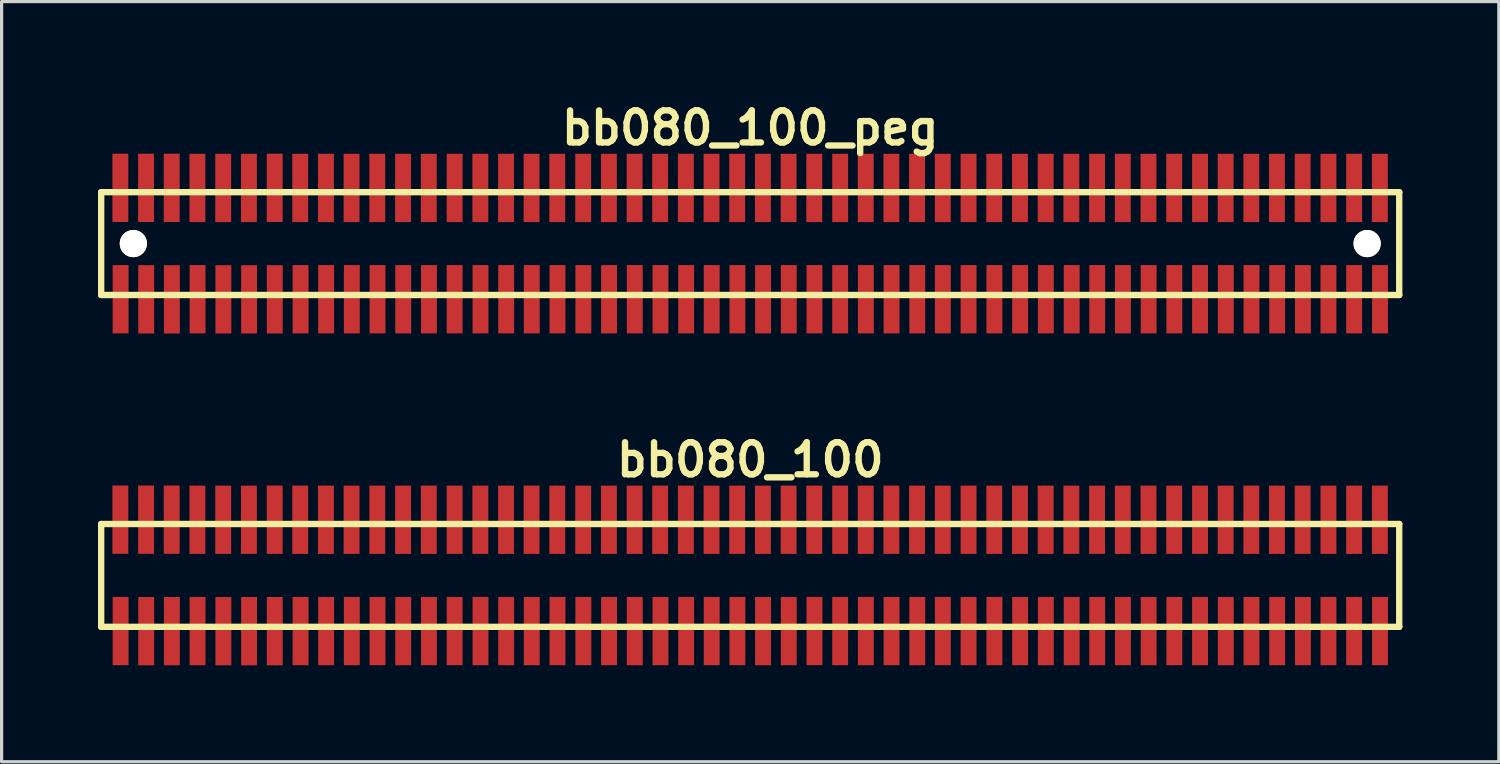
<source format=kicad_pcb>
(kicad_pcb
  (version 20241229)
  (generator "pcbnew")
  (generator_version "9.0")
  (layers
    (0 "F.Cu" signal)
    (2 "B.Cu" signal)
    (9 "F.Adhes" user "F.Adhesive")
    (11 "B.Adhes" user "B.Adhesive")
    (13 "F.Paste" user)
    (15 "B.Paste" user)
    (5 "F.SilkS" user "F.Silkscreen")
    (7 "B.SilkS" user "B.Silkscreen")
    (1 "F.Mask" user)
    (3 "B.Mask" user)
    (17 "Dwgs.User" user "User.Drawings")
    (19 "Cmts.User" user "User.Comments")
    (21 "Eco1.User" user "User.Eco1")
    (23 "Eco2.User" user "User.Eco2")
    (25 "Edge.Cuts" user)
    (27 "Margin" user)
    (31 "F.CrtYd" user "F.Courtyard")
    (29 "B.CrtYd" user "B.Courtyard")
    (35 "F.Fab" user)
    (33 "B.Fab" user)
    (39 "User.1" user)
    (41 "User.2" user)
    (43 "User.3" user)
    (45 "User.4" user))
  (footprint "bb080_100"
    (layer "F.Cu")
    (at 20.3 14.859)
    (property "Reference" "bb080_100" (at 0 -3.599 0) (layer "F.SilkS") (effects (font (size 0.998 0.998) (thickness 0.198))))
    (attr through_hole)
    (fp_line (start -20.201 -1.6) (end -20.201 1.6) (stroke (width 0.198) (type solid)) (layer "F.SilkS"))
    (fp_line (start -20.201 -1.6) (end 20.201 -1.6) (stroke (width 0.198) (type solid)) (layer "F.SilkS"))
    (fp_line (start 20.198 1.6) (end 20.198 -1.6) (stroke (width 0.198) (type solid)) (layer "F.SilkS"))
    (fp_line (start 20.201 1.6) (end -20.201 1.6) (stroke (width 0.198) (type solid)) (layer "F.SilkS"))
    (pad "1" smd rect (at -19.596 1.732) (size 0.495 2.126) (layers "F.Cu" "F.Mask" "F.Paste"))
    (pad "2" smd rect (at -19.604 -1.735) (size 0.495 2.126) (layers "F.Cu" "F.Mask" "F.Paste"))
    (pad "3" smd rect (at -18.799 1.735) (size 0.495 2.126) (layers "F.Cu" "F.Mask" "F.Paste"))
    (pad "4" smd rect (at -18.804 -1.735) (size 0.495 2.126) (layers "F.Cu" "F.Mask" "F.Paste"))
    (pad "5" smd rect (at -18.001 1.735) (size 0.495 2.126) (layers "F.Cu" "F.Mask" "F.Paste"))
    (pad "6" smd rect (at -18.006 -1.735) (size 0.495 2.126) (layers "F.Cu" "F.Mask" "F.Paste"))
    (pad "7" smd rect (at -17.201 1.732) (size 0.495 2.126) (layers "F.Cu" "F.Mask" "F.Paste"))
    (pad "8" smd rect (at -17.206 -1.732) (size 0.495 2.126) (layers "F.Cu" "F.Mask" "F.Paste"))
    (pad "9" smd rect (at -16.398 1.735) (size 0.495 2.126) (layers "F.Cu" "F.Mask" "F.Paste"))
    (pad "10" smd rect (at -16.403 -1.732) (size 0.495 2.126) (layers "F.Cu" "F.Mask" "F.Paste"))
    (pad "11" smd rect (at -15.598 1.735) (size 0.495 2.126) (layers "F.Cu" "F.Mask" "F.Paste"))
    (pad "12" smd rect (at -15.603 -1.732) (size 0.495 2.126) (layers "F.Cu" "F.Mask" "F.Paste"))
    (pad "13" smd rect (at -14.798 1.735) (size 0.495 2.126) (layers "F.Cu" "F.Mask" "F.Paste"))
    (pad "14" smd rect (at -14.801 -1.735) (size 0.495 2.126) (layers "F.Cu" "F.Mask" "F.Paste"))
    (pad "15" smd rect (at -13.995 1.732) (size 0.495 2.126) (layers "F.Cu" "F.Mask" "F.Paste"))
    (pad "16" smd rect (at -14.006 -1.732) (size 0.495 2.126) (layers "F.Cu" "F.Mask" "F.Paste"))
    (pad "17" smd rect (at -13.2 1.732) (size 0.495 2.126) (layers "F.Cu" "F.Mask" "F.Paste"))
    (pad "18" smd rect (at -13.205 -1.732) (size 0.495 2.126) (layers "F.Cu" "F.Mask" "F.Paste"))
    (pad "19" smd rect (at -12.4 1.732) (size 0.495 2.126) (layers "F.Cu" "F.Mask" "F.Paste"))
    (pad "20" smd rect (at -12.408 -1.732) (size 0.495 2.126) (layers "F.Cu" "F.Mask" "F.Paste"))
    (pad "21" smd rect (at -11.6 1.732) (size 0.495 2.126) (layers "F.Cu" "F.Mask" "F.Paste"))
    (pad "22" smd rect (at -11.608 -1.732) (size 0.495 2.126) (layers "F.Cu" "F.Mask" "F.Paste"))
    (pad "23" smd rect (at -10.8 1.732) (size 0.495 2.126) (layers "F.Cu" "F.Mask" "F.Paste"))
    (pad "24" smd rect (at -10.805 -1.732) (size 0.495 2.126) (layers "F.Cu" "F.Mask" "F.Paste"))
    (pad "25" smd rect (at -10 1.732) (size 0.495 2.126) (layers "F.Cu" "F.Mask" "F.Paste"))
    (pad "26" smd rect (at -10.005 -1.732) (size 0.495 2.126) (layers "F.Cu" "F.Mask" "F.Paste"))
    (pad "27" smd rect (at -9.2 1.732) (size 0.495 2.126) (layers "F.Cu" "F.Mask" "F.Paste"))
    (pad "28" smd rect (at -9.2 -1.732) (size 0.495 2.126) (layers "F.Cu" "F.Mask" "F.Paste"))
    (pad "29" smd rect (at -8.395 1.732) (size 0.495 2.126) (layers "F.Cu" "F.Mask" "F.Paste"))
    (pad "30" smd rect (at -8.4 -1.732) (size 0.495 2.126) (layers "F.Cu" "F.Mask" "F.Paste"))
    (pad "31" smd rect (at -7.595 1.732) (size 0.495 2.126) (layers "F.Cu" "F.Mask" "F.Paste"))
    (pad "32" smd rect (at -7.6 -1.732) (size 0.495 2.126) (layers "F.Cu" "F.Mask" "F.Paste"))
    (pad "33" smd rect (at -6.8 1.732) (size 0.495 2.126) (layers "F.Cu" "F.Mask" "F.Paste"))
    (pad "34" smd rect (at -6.805 -1.732) (size 0.495 2.126) (layers "F.Cu" "F.Mask" "F.Paste"))
    (pad "35" smd rect (at -5.999 1.732) (size 0.495 2.126) (layers "F.Cu" "F.Mask" "F.Paste"))
    (pad "36" smd rect (at -6.005 -1.732) (size 0.495 2.126) (layers "F.Cu" "F.Mask" "F.Paste"))
    (pad "37" smd rect (at -5.194 1.732) (size 0.495 2.126) (layers "F.Cu" "F.Mask" "F.Paste"))
    (pad "38" smd rect (at -5.199 -1.732) (size 0.495 2.126) (layers "F.Cu" "F.Mask" "F.Paste"))
    (pad "39" smd rect (at -4.394 1.732) (size 0.495 2.126) (layers "F.Cu" "F.Mask" "F.Paste"))
    (pad "40" smd rect (at -4.399 -1.732) (size 0.495 2.126) (layers "F.Cu" "F.Mask" "F.Paste"))
    (pad "41" smd rect (at -3.594 1.732) (size 0.495 2.126) (layers "F.Cu" "F.Mask" "F.Paste"))
    (pad "42" smd rect (at -3.599 -1.732) (size 0.495 2.126) (layers "F.Cu" "F.Mask" "F.Paste"))
    (pad "43" smd rect (at -2.794 1.732) (size 0.495 2.126) (layers "F.Cu" "F.Mask" "F.Paste"))
    (pad "44" smd rect (at -2.804 -1.732) (size 0.495 2.126) (layers "F.Cu" "F.Mask" "F.Paste"))
    (pad "45" smd rect (at -1.994 1.732) (size 0.495 2.126) (layers "F.Cu" "F.Mask" "F.Paste"))
    (pad "46" smd rect (at -2.004 -1.732) (size 0.495 2.126) (layers "F.Cu" "F.Mask" "F.Paste"))
    (pad "47" smd rect (at -1.199 1.732) (size 0.495 2.126) (layers "F.Cu" "F.Mask" "F.Paste"))
    (pad "48" smd rect (at -1.204 -1.732) (size 0.495 2.126) (layers "F.Cu" "F.Mask" "F.Paste"))
    (pad "49" smd rect (at -0.399 1.732) (size 0.495 2.126) (layers "F.Cu" "F.Mask" "F.Paste"))
    (pad "50" smd rect (at -0.406 -1.732) (size 0.495 2.126) (layers "F.Cu" "F.Mask" "F.Paste"))
    (pad "51" smd rect (at 0.399 1.732) (size 0.495 2.126) (layers "F.Cu" "F.Mask" "F.Paste"))
    (pad "52" smd rect (at 0.394 -1.732) (size 0.495 2.126) (layers "F.Cu" "F.Mask" "F.Paste"))
    (pad "53" smd rect (at 1.199 1.732) (size 0.495 2.126) (layers "F.Cu" "F.Mask" "F.Paste"))
    (pad "54" smd rect (at 1.194 -1.732) (size 0.495 2.126) (layers "F.Cu" "F.Mask" "F.Paste"))
    (pad "55" smd rect (at 1.999 1.732) (size 0.495 2.126) (layers "F.Cu" "F.Mask" "F.Paste"))
    (pad "56" smd rect (at 1.994 -1.732) (size 0.495 2.126) (layers "F.Cu" "F.Mask" "F.Paste"))
    (pad "57" smd rect (at 2.799 1.732) (size 0.495 2.126) (layers "F.Cu" "F.Mask" "F.Paste"))
    (pad "58" smd rect (at 2.799 -1.732) (size 0.495 2.126) (layers "F.Cu" "F.Mask" "F.Paste"))
    (pad "59" smd rect (at 3.599 1.732) (size 0.495 2.126) (layers "F.Cu" "F.Mask" "F.Paste"))
    (pad "60" smd rect (at 3.594 -1.732) (size 0.495 2.126) (layers "F.Cu" "F.Mask" "F.Paste"))
    (pad "61" smd rect (at 4.399 1.732) (size 0.495 2.126) (layers "F.Cu" "F.Mask" "F.Paste"))
    (pad "62" smd rect (at 4.394 -1.732) (size 0.495 2.126) (layers "F.Cu" "F.Mask" "F.Paste"))
    (pad "63" smd rect (at 5.199 1.732) (size 0.495 2.126) (layers "F.Cu" "F.Mask" "F.Paste"))
    (pad "64" smd rect (at 5.192 -1.732) (size 0.495 2.126) (layers "F.Cu" "F.Mask" "F.Paste"))
    (pad "65" smd rect (at 5.994 1.732) (size 0.495 2.126) (layers "F.Cu" "F.Mask" "F.Paste"))
    (pad "66" smd rect (at 5.992 -1.732) (size 0.495 2.126) (layers "F.Cu" "F.Mask" "F.Paste"))
    (pad "67" smd rect (at 6.795 1.732) (size 0.495 2.126) (layers "F.Cu" "F.Mask" "F.Paste"))
    (pad "68" smd rect (at 6.795 -1.732) (size 0.495 2.126) (layers "F.Cu" "F.Mask" "F.Paste"))
    (pad "69" smd rect (at 7.6 1.732) (size 0.495 2.126) (layers "F.Cu" "F.Mask" "F.Paste"))
    (pad "70" smd rect (at 7.595 -1.732) (size 0.495 2.126) (layers "F.Cu" "F.Mask" "F.Paste"))
    (pad "71" smd rect (at 8.4 1.732) (size 0.495 2.126) (layers "F.Cu" "F.Mask" "F.Paste"))
    (pad "72" smd rect (at 8.395 -1.732) (size 0.495 2.126) (layers "F.Cu" "F.Mask" "F.Paste"))
    (pad "73" smd rect (at 9.2 1.732) (size 0.495 2.126) (layers "F.Cu" "F.Mask" "F.Paste"))
    (pad "74" smd rect (at 9.195 -1.732) (size 0.495 2.126) (layers "F.Cu" "F.Mask" "F.Paste"))
    (pad "75" smd rect (at 10.005 1.732) (size 0.495 2.126) (layers "F.Cu" "F.Mask" "F.Paste"))
    (pad "76" smd rect (at 9.995 -1.732) (size 0.495 2.126) (layers "F.Cu" "F.Mask" "F.Paste"))
    (pad "77" smd rect (at 10.8 1.732) (size 0.495 2.126) (layers "F.Cu" "F.Mask" "F.Paste"))
    (pad "78" smd rect (at 10.795 -1.732) (size 0.495 2.126) (layers "F.Cu" "F.Mask" "F.Paste"))
    (pad "79" smd rect (at 11.6 1.732) (size 0.495 2.126) (layers "F.Cu" "F.Mask" "F.Paste"))
    (pad "80" smd rect (at 11.595 -1.732) (size 0.495 2.126) (layers "F.Cu" "F.Mask" "F.Paste"))
    (pad "81" smd rect (at 12.4 1.732) (size 0.495 2.126) (layers "F.Cu" "F.Mask" "F.Paste"))
    (pad "82" smd rect (at 12.395 -1.732) (size 0.495 2.126) (layers "F.Cu" "F.Mask" "F.Paste"))
    (pad "83" smd rect (at 13.2 1.732) (size 0.495 2.126) (layers "F.Cu" "F.Mask" "F.Paste"))
    (pad "84" smd rect (at 13.195 -1.732) (size 0.495 2.126) (layers "F.Cu" "F.Mask" "F.Paste"))
    (pad "85" smd rect (at 14 1.732) (size 0.495 2.126) (layers "F.Cu" "F.Mask" "F.Paste"))
    (pad "86" smd rect (at 14 -1.732) (size 0.495 2.126) (layers "F.Cu" "F.Mask" "F.Paste"))
    (pad "87" smd rect (at 14.801 1.732) (size 0.495 2.126) (layers "F.Cu" "F.Mask" "F.Paste"))
    (pad "88" smd rect (at 14.796 -1.732) (size 0.495 2.126) (layers "F.Cu" "F.Mask" "F.Paste"))
    (pad "89" smd rect (at 15.601 1.732) (size 0.495 2.126) (layers "F.Cu" "F.Mask" "F.Paste"))
    (pad "90" smd rect (at 15.596 -1.732) (size 0.495 2.126) (layers "F.Cu" "F.Mask" "F.Paste"))
    (pad "91" smd rect (at 16.401 1.732) (size 0.495 2.126) (layers "F.Cu" "F.Mask" "F.Paste"))
    (pad "92" smd rect (at 16.393 -1.732) (size 0.495 2.126) (layers "F.Cu" "F.Mask" "F.Paste"))
    (pad "93" smd rect (at 17.201 1.732) (size 0.495 2.126) (layers "F.Cu" "F.Mask" "F.Paste"))
    (pad "94" smd rect (at 17.193 -1.732) (size 0.495 2.126) (layers "F.Cu" "F.Mask" "F.Paste"))
    (pad "95" smd rect (at 17.996 1.732) (size 0.495 2.126) (layers "F.Cu" "F.Mask" "F.Paste"))
    (pad "96" smd rect (at 17.996 -1.732) (size 0.495 2.126) (layers "F.Cu" "F.Mask" "F.Paste"))
    (pad "97" smd rect (at 18.796 1.732) (size 0.495 2.126) (layers "F.Cu" "F.Mask" "F.Paste"))
    (pad "98" smd rect (at 18.796 -1.732) (size 0.495 2.126) (layers "F.Cu" "F.Mask" "F.Paste"))
    (pad "99" smd rect (at 19.601 1.732) (size 0.495 2.126) (layers "F.Cu" "F.Mask" "F.Paste"))
    (pad "100" smd rect (at 19.596 -1.732) (size 0.495 2.126) (layers "F.Cu" "F.Mask" "F.Paste")))
  (footprint "bb080_100_peg"
    (layer "F.Cu")
    (at 20.3 4.531)
    (property "Reference" "bb080_100_peg" (at 0 -3.599 0) (layer "F.SilkS") (effects (font (size 0.998 0.998) (thickness 0.198))))
    (attr through_hole)
    (fp_line (start -20.201 -1.6) (end -20.201 1.6) (stroke (width 0.198) (type solid)) (layer "F.SilkS"))
    (fp_line (start -20.201 -1.6) (end 20.201 -1.6) (stroke (width 0.198) (type solid)) (layer "F.SilkS"))
    (fp_line (start 20.198 1.6) (end 20.198 -1.6) (stroke (width 0.198) (type solid)) (layer "F.SilkS"))
    (fp_line (start 20.201 1.6) (end -20.201 1.6) (stroke (width 0.198) (type solid)) (layer "F.SilkS"))
    (pad "" np_thru_hole circle (at -19.2 0) (size 0.848 0.848) (drill 0.848) (layers "*.Cu" "*.Mask" "F.SilkS"))
    (pad "" np_thru_hole circle (at 19.2 0) (size 0.848 0.848) (drill 0.848) (layers "*.Cu" "*.Mask" "F.SilkS"))
    (pad "1" smd rect (at -19.596 1.732) (size 0.495 2.126) (layers "F.Cu" "F.Mask" "F.Paste"))
    (pad "2" smd rect (at -19.604 -1.735) (size 0.495 2.126) (layers "F.Cu" "F.Mask" "F.Paste"))
    (pad "3" smd rect (at -18.799 1.735) (size 0.495 2.126) (layers "F.Cu" "F.Mask" "F.Paste"))
    (pad "4" smd rect (at -18.804 -1.735) (size 0.495 2.126) (layers "F.Cu" "F.Mask" "F.Paste"))
    (pad "5" smd rect (at -18.001 1.735) (size 0.495 2.126) (layers "F.Cu" "F.Mask" "F.Paste"))
    (pad "6" smd rect (at -18.006 -1.735) (size 0.495 2.126) (layers "F.Cu" "F.Mask" "F.Paste"))
    (pad "7" smd rect (at -17.201 1.732) (size 0.495 2.126) (layers "F.Cu" "F.Mask" "F.Paste"))
    (pad "8" smd rect (at -17.206 -1.732) (size 0.495 2.126) (layers "F.Cu" "F.Mask" "F.Paste"))
    (pad "9" smd rect (at -16.398 1.735) (size 0.495 2.126) (layers "F.Cu" "F.Mask" "F.Paste"))
    (pad "10" smd rect (at -16.403 -1.732) (size 0.495 2.126) (layers "F.Cu" "F.Mask" "F.Paste"))
    (pad "11" smd rect (at -15.598 1.735) (size 0.495 2.126) (layers "F.Cu" "F.Mask" "F.Paste"))
    (pad "12" smd rect (at -15.603 -1.732) (size 0.495 2.126) (layers "F.Cu" "F.Mask" "F.Paste"))
    (pad "13" smd rect (at -14.798 1.735) (size 0.495 2.126) (layers "F.Cu" "F.Mask" "F.Paste"))
    (pad "14" smd rect (at -14.801 -1.735) (size 0.495 2.126) (layers "F.Cu" "F.Mask" "F.Paste"))
    (pad "15" smd rect (at -13.995 1.732) (size 0.495 2.126) (layers "F.Cu" "F.Mask" "F.Paste"))
    (pad "16" smd rect (at -14.006 -1.732) (size 0.495 2.126) (layers "F.Cu" "F.Mask" "F.Paste"))
    (pad "17" smd rect (at -13.2 1.732) (size 0.495 2.126) (layers "F.Cu" "F.Mask" "F.Paste"))
    (pad "18" smd rect (at -13.205 -1.732) (size 0.495 2.126) (layers "F.Cu" "F.Mask" "F.Paste"))
    (pad "19" smd rect (at -12.4 1.732) (size 0.495 2.126) (layers "F.Cu" "F.Mask" "F.Paste"))
    (pad "20" smd rect (at -12.408 -1.732) (size 0.495 2.126) (layers "F.Cu" "F.Mask" "F.Paste"))
    (pad "21" smd rect (at -11.6 1.732) (size 0.495 2.126) (layers "F.Cu" "F.Mask" "F.Paste"))
    (pad "22" smd rect (at -11.608 -1.732) (size 0.495 2.126) (layers "F.Cu" "F.Mask" "F.Paste"))
    (pad "23" smd rect (at -10.8 1.732) (size 0.495 2.126) (layers "F.Cu" "F.Mask" "F.Paste"))
    (pad "24" smd rect (at -10.805 -1.732) (size 0.495 2.126) (layers "F.Cu" "F.Mask" "F.Paste"))
    (pad "25" smd rect (at -10 1.732) (size 0.495 2.126) (layers "F.Cu" "F.Mask" "F.Paste"))
    (pad "26" smd rect (at -10.005 -1.732) (size 0.495 2.126) (layers "F.Cu" "F.Mask" "F.Paste"))
    (pad "27" smd rect (at -9.2 1.732) (size 0.495 2.126) (layers "F.Cu" "F.Mask" "F.Paste"))
    (pad "28" smd rect (at -9.2 -1.732) (size 0.495 2.126) (layers "F.Cu" "F.Mask" "F.Paste"))
    (pad "29" smd rect (at -8.395 1.732) (size 0.495 2.126) (layers "F.Cu" "F.Mask" "F.Paste"))
    (pad "30" smd rect (at -8.4 -1.732) (size 0.495 2.126) (layers "F.Cu" "F.Mask" "F.Paste"))
    (pad "31" smd rect (at -7.595 1.732) (size 0.495 2.126) (layers "F.Cu" "F.Mask" "F.Paste"))
    (pad "32" smd rect (at -7.6 -1.732) (size 0.495 2.126) (layers "F.Cu" "F.Mask" "F.Paste"))
    (pad "33" smd rect (at -6.8 1.732) (size 0.495 2.126) (layers "F.Cu" "F.Mask" "F.Paste"))
    (pad "34" smd rect (at -6.805 -1.732) (size 0.495 2.126) (layers "F.Cu" "F.Mask" "F.Paste"))
    (pad "35" smd rect (at -5.999 1.732) (size 0.495 2.126) (layers "F.Cu" "F.Mask" "F.Paste"))
    (pad "36" smd rect (at -6.005 -1.732) (size 0.495 2.126) (layers "F.Cu" "F.Mask" "F.Paste"))
    (pad "37" smd rect (at -5.194 1.732) (size 0.495 2.126) (layers "F.Cu" "F.Mask" "F.Paste"))
    (pad "38" smd rect (at -5.199 -1.732) (size 0.495 2.126) (layers "F.Cu" "F.Mask" "F.Paste"))
    (pad "39" smd rect (at -4.394 1.732) (size 0.495 2.126) (layers "F.Cu" "F.Mask" "F.Paste"))
    (pad "40" smd rect (at -4.399 -1.732) (size 0.495 2.126) (layers "F.Cu" "F.Mask" "F.Paste"))
    (pad "41" smd rect (at -3.594 1.732) (size 0.495 2.126) (layers "F.Cu" "F.Mask" "F.Paste"))
    (pad "42" smd rect (at -3.599 -1.732) (size 0.495 2.126) (layers "F.Cu" "F.Mask" "F.Paste"))
    (pad "43" smd rect (at -2.794 1.732) (size 0.495 2.126) (layers "F.Cu" "F.Mask" "F.Paste"))
    (pad "44" smd rect (at -2.804 -1.732) (size 0.495 2.126) (layers "F.Cu" "F.Mask" "F.Paste"))
    (pad "45" smd rect (at -1.994 1.732) (size 0.495 2.126) (layers "F.Cu" "F.Mask" "F.Paste"))
    (pad "46" smd rect (at -2.004 -1.732) (size 0.495 2.126) (layers "F.Cu" "F.Mask" "F.Paste"))
    (pad "47" smd rect (at -1.199 1.732) (size 0.495 2.126) (layers "F.Cu" "F.Mask" "F.Paste"))
    (pad "48" smd rect (at -1.204 -1.732) (size 0.495 2.126) (layers "F.Cu" "F.Mask" "F.Paste"))
    (pad "49" smd rect (at -0.399 1.732) (size 0.495 2.126) (layers "F.Cu" "F.Mask" "F.Paste"))
    (pad "50" smd rect (at -0.406 -1.732) (size 0.495 2.126) (layers "F.Cu" "F.Mask" "F.Paste"))
    (pad "51" smd rect (at 0.399 1.732) (size 0.495 2.126) (layers "F.Cu" "F.Mask" "F.Paste"))
    (pad "52" smd rect (at 0.394 -1.732) (size 0.495 2.126) (layers "F.Cu" "F.Mask" "F.Paste"))
    (pad "53" smd rect (at 1.199 1.732) (size 0.495 2.126) (layers "F.Cu" "F.Mask" "F.Paste"))
    (pad "54" smd rect (at 1.194 -1.732) (size 0.495 2.126) (layers "F.Cu" "F.Mask" "F.Paste"))
    (pad "55" smd rect (at 1.999 1.732) (size 0.495 2.126) (layers "F.Cu" "F.Mask" "F.Paste"))
    (pad "56" smd rect (at 1.994 -1.732) (size 0.495 2.126) (layers "F.Cu" "F.Mask" "F.Paste"))
    (pad "57" smd rect (at 2.799 1.732) (size 0.495 2.126) (layers "F.Cu" "F.Mask" "F.Paste"))
    (pad "58" smd rect (at 2.799 -1.732) (size 0.495 2.126) (layers "F.Cu" "F.Mask" "F.Paste"))
    (pad "59" smd rect (at 3.599 1.732) (size 0.495 2.126) (layers "F.Cu" "F.Mask" "F.Paste"))
    (pad "60" smd rect (at 3.594 -1.732) (size 0.495 2.126) (layers "F.Cu" "F.Mask" "F.Paste"))
    (pad "61" smd rect (at 4.399 1.732) (size 0.495 2.126) (layers "F.Cu" "F.Mask" "F.Paste"))
    (pad "62" smd rect (at 4.394 -1.732) (size 0.495 2.126) (layers "F.Cu" "F.Mask" "F.Paste"))
    (pad "63" smd rect (at 5.199 1.732) (size 0.495 2.126) (layers "F.Cu" "F.Mask" "F.Paste"))
    (pad "64" smd rect (at 5.192 -1.732) (size 0.495 2.126) (layers "F.Cu" "F.Mask" "F.Paste"))
    (pad "65" smd rect (at 5.994 1.732) (size 0.495 2.126) (layers "F.Cu" "F.Mask" "F.Paste"))
    (pad "66" smd rect (at 5.992 -1.732) (size 0.495 2.126) (layers "F.Cu" "F.Mask" "F.Paste"))
    (pad "67" smd rect (at 6.795 1.732) (size 0.495 2.126) (layers "F.Cu" "F.Mask" "F.Paste"))
    (pad "68" smd rect (at 6.795 -1.732) (size 0.495 2.126) (layers "F.Cu" "F.Mask" "F.Paste"))
    (pad "69" smd rect (at 7.6 1.732) (size 0.495 2.126) (layers "F.Cu" "F.Mask" "F.Paste"))
    (pad "70" smd rect (at 7.595 -1.732) (size 0.495 2.126) (layers "F.Cu" "F.Mask" "F.Paste"))
    (pad "71" smd rect (at 8.4 1.732) (size 0.495 2.126) (layers "F.Cu" "F.Mask" "F.Paste"))
    (pad "72" smd rect (at 8.395 -1.732) (size 0.495 2.126) (layers "F.Cu" "F.Mask" "F.Paste"))
    (pad "73" smd rect (at 9.2 1.732) (size 0.495 2.126) (layers "F.Cu" "F.Mask" "F.Paste"))
    (pad "74" smd rect (at 9.195 -1.732) (size 0.495 2.126) (layers "F.Cu" "F.Mask" "F.Paste"))
    (pad "75" smd rect (at 10.005 1.732) (size 0.495 2.126) (layers "F.Cu" "F.Mask" "F.Paste"))
    (pad "76" smd rect (at 9.995 -1.732) (size 0.495 2.126) (layers "F.Cu" "F.Mask" "F.Paste"))
    (pad "77" smd rect (at 10.8 1.732) (size 0.495 2.126) (layers "F.Cu" "F.Mask" "F.Paste"))
    (pad "78" smd rect (at 10.795 -1.732) (size 0.495 2.126) (layers "F.Cu" "F.Mask" "F.Paste"))
    (pad "79" smd rect (at 11.6 1.732) (size 0.495 2.126) (layers "F.Cu" "F.Mask" "F.Paste"))
    (pad "80" smd rect (at 11.595 -1.732) (size 0.495 2.126) (layers "F.Cu" "F.Mask" "F.Paste"))
    (pad "81" smd rect (at 12.4 1.732) (size 0.495 2.126) (layers "F.Cu" "F.Mask" "F.Paste"))
    (pad "82" smd rect (at 12.395 -1.732) (size 0.495 2.126) (layers "F.Cu" "F.Mask" "F.Paste"))
    (pad "83" smd rect (at 13.2 1.732) (size 0.495 2.126) (layers "F.Cu" "F.Mask" "F.Paste"))
    (pad "84" smd rect (at 13.195 -1.732) (size 0.495 2.126) (layers "F.Cu" "F.Mask" "F.Paste"))
    (pad "85" smd rect (at 14 1.732) (size 0.495 2.126) (layers "F.Cu" "F.Mask" "F.Paste"))
    (pad "86" smd rect (at 14 -1.732) (size 0.495 2.126) (layers "F.Cu" "F.Mask" "F.Paste"))
    (pad "87" smd rect (at 14.801 1.732) (size 0.495 2.126) (layers "F.Cu" "F.Mask" "F.Paste"))
    (pad "88" smd rect (at 14.796 -1.732) (size 0.495 2.126) (layers "F.Cu" "F.Mask" "F.Paste"))
    (pad "89" smd rect (at 15.601 1.732) (size 0.495 2.126) (layers "F.Cu" "F.Mask" "F.Paste"))
    (pad "90" smd rect (at 15.596 -1.732) (size 0.495 2.126) (layers "F.Cu" "F.Mask" "F.Paste"))
    (pad "91" smd rect (at 16.401 1.732) (size 0.495 2.126) (layers "F.Cu" "F.Mask" "F.Paste"))
    (pad "92" smd rect (at 16.393 -1.732) (size 0.495 2.126) (layers "F.Cu" "F.Mask" "F.Paste"))
    (pad "93" smd rect (at 17.201 1.732) (size 0.495 2.126) (layers "F.Cu" "F.Mask" "F.Paste"))
    (pad "94" smd rect (at 17.193 -1.732) (size 0.495 2.126) (layers "F.Cu" "F.Mask" "F.Paste"))
    (pad "95" smd rect (at 17.996 1.732) (size 0.495 2.126) (layers "F.Cu" "F.Mask" "F.Paste"))
    (pad "96" smd rect (at 17.996 -1.732) (size 0.495 2.126) (layers "F.Cu" "F.Mask" "F.Paste"))
    (pad "97" smd rect (at 18.796 1.732) (size 0.495 2.126) (layers "F.Cu" "F.Mask" "F.Paste"))
    (pad "98" smd rect (at 18.796 -1.732) (size 0.495 2.126) (layers "F.Cu" "F.Mask" "F.Paste"))
    (pad "99" smd rect (at 19.601 1.732) (size 0.495 2.126) (layers "F.Cu" "F.Mask" "F.Paste"))
    (pad "100" smd rect (at 19.596 -1.732) (size 0.495 2.126) (layers "F.Cu" "F.Mask" "F.Paste")))
  (gr_rect
    (start -3 -3)
    (end 43.599 20.657)
    (stroke (width 0.1) (type default))
    (fill no)
    (layer "Edge.Cuts")))
</source>
